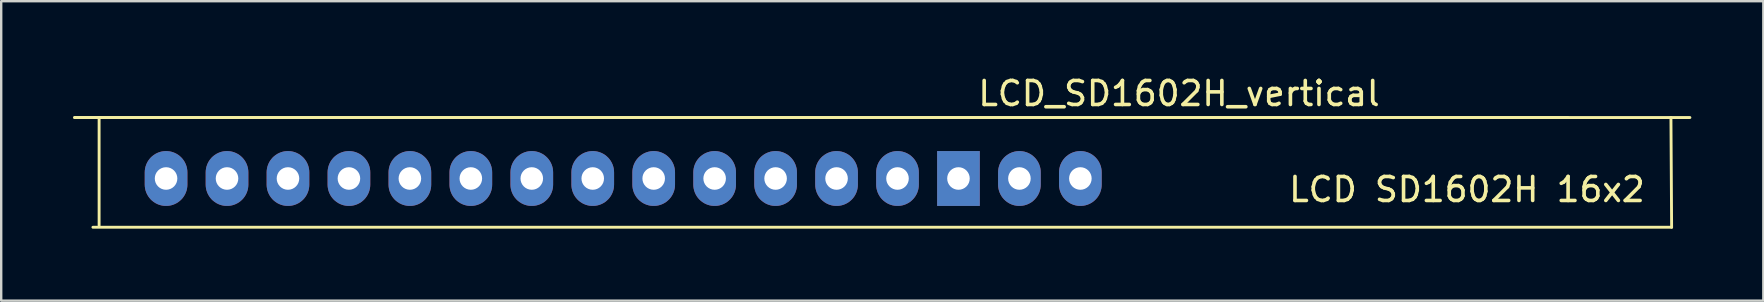
<source format=kicad_pcb>
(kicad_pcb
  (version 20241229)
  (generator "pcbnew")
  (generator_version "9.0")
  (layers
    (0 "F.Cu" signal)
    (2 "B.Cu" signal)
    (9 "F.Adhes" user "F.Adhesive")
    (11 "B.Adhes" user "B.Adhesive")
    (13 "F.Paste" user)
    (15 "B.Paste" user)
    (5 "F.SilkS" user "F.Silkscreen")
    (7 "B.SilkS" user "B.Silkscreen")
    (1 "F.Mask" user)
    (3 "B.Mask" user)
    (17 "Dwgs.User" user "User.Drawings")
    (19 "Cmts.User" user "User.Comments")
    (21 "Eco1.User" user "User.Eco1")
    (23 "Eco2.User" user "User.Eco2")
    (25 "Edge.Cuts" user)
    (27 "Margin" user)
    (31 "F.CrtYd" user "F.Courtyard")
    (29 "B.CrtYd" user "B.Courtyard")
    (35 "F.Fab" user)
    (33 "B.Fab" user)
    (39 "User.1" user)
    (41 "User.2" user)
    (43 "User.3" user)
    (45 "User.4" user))
  (footprint "LCD_SD1602H_vertical"
    (layer "F.Cu")
    (at 33.08 1.848)
    (property "Reference" "LCD_SD1602H_vertical" (at 13 -1 0) (layer "F.SilkS") (effects (font (size 1 1) (thickness 0.15))))
    (attr through_hole)
    (fp_line (start -33.02 0) (end 34.29 0) (stroke (width 0.12) (type solid)) (layer "F.SilkS"))
    (fp_line (start -32.258 4.572) (end 33.528 4.572) (stroke (width 0.12) (type solid)) (layer "F.SilkS"))
    (fp_line (start -32 4.5) (end -32 0) (stroke (width 0.12) (type solid)) (layer "F.SilkS"))
    (fp_line (start -27.94 0) (end -33.02 0) (stroke (width 0.12) (type solid)) (layer "F.SilkS"))
    (fp_line (start 29.21 0) (end -27.94 0) (stroke (width 0.12) (type solid)) (layer "F.SilkS"))
    (fp_line (start 33.528 4.572) (end 33.5 0) (stroke (width 0.12) (type solid)) (layer "F.SilkS"))
    (fp_text user "LCD SD1602H 16x2" (at 25 3 0) (layer "F.SilkS") (effects (font (size 1 1) (thickness 0.15))))
    (pad "1" thru_hole rect (at 3.81 2.54) (size 1.778 2.286) (drill 0.94) (layers "*.Cu" "*.Mask"))
    (pad "2" thru_hole oval (at 1.27 2.54) (size 1.778 2.286) (drill 0.94) (layers "*.Cu" "*.Mask"))
    (pad "3" thru_hole oval (at -1.27 2.54) (size 1.778 2.286) (drill 0.94) (layers "*.Cu" "*.Mask"))
    (pad "4" thru_hole oval (at -3.81 2.54) (size 1.778 2.286) (drill 0.94) (layers "*.Cu" "*.Mask"))
    (pad "5" thru_hole oval (at -6.35 2.54) (size 1.778 2.286) (drill 0.94) (layers "*.Cu" "*.Mask"))
    (pad "6" thru_hole oval (at -8.89 2.54) (size 1.778 2.286) (drill 0.94) (layers "*.Cu" "*.Mask"))
    (pad "7" thru_hole oval (at -11.43 2.54) (size 1.778 2.286) (drill 0.94) (layers "*.Cu" "*.Mask"))
    (pad "8" thru_hole oval (at -13.97 2.54) (size 1.778 2.286) (drill 0.94) (layers "*.Cu" "*.Mask"))
    (pad "9" thru_hole oval (at -16.51 2.54) (size 1.778 2.286) (drill 0.94) (layers "*.Cu" "*.Mask"))
    (pad "10" thru_hole oval (at -19.05 2.54) (size 1.778 2.286) (drill 0.94) (layers "*.Cu" "*.Mask"))
    (pad "11" thru_hole oval (at -21.59 2.54) (size 1.778 2.286) (drill 0.94) (layers "*.Cu" "*.Mask"))
    (pad "12" thru_hole oval (at -24.13 2.54) (size 1.778 2.286) (drill 0.94) (layers "*.Cu" "*.Mask"))
    (pad "13" thru_hole oval (at -26.67 2.54) (size 1.778 2.286) (drill 0.94) (layers "*.Cu" "*.Mask"))
    (pad "14" thru_hole oval (at -29.21 2.54) (size 1.778 2.286) (drill 0.94) (layers "*.Cu" "*.Mask"))
    (pad "15" thru_hole oval (at 8.89 2.54) (size 1.778 2.286) (drill 0.94) (layers "*.Cu" "*.Mask"))
    (pad "16" thru_hole oval (at 6.35 2.54) (size 1.778 2.286) (drill 0.94) (layers "*.Cu" "*.Mask")))
  (gr_rect
    (start -3 -3)
    (end 70.43 9.48)
    (stroke (width 0.1) (type default))
    (fill no)
    (layer "Edge.Cuts")))
</source>
